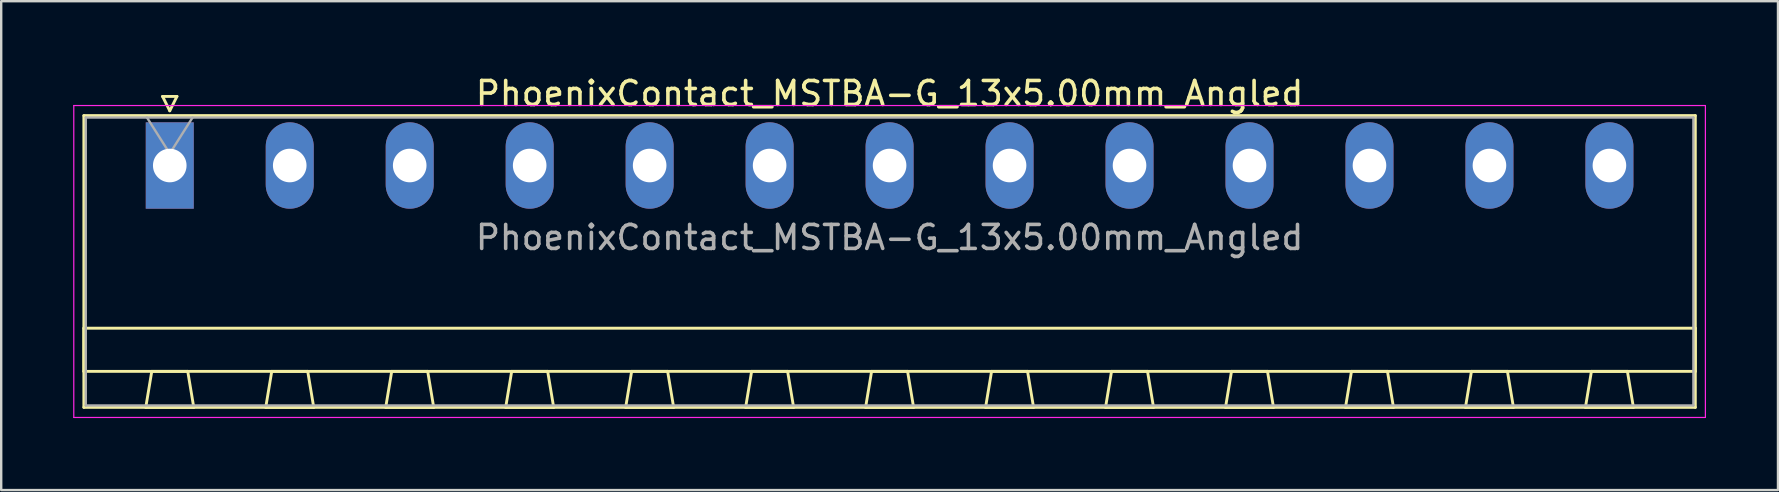
<source format=kicad_pcb>
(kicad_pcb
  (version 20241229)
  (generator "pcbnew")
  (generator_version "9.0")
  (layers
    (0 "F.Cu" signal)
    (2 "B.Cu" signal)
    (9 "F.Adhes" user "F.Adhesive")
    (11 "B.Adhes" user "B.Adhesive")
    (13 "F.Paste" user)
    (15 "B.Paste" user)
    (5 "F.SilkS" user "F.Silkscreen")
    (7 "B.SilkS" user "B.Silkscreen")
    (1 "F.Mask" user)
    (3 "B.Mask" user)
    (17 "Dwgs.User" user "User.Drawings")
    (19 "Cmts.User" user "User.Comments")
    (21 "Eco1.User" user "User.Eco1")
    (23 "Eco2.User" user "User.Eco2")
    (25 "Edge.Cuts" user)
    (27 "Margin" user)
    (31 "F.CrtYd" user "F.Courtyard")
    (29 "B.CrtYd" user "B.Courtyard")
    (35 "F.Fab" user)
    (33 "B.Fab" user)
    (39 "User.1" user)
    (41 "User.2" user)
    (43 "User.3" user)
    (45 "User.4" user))
  (footprint "PhoenixContact_MSTBA-G_13x5.00mm_Angled"
    (layer "F.Cu")
    (at 4.025 3.848)
    (property "Reference" "PhoenixContact_MSTBA-G_13x5.00mm_Angled" (at 30 -3 0) (layer "F.SilkS") (effects (font (size 1 1) (thickness 0.15))))
    (attr through_hole)
    (fp_line (start -3.58 -2.08) (end -3.58 10.08) (stroke (width 0.12) (type solid)) (layer "F.SilkS"))
    (fp_line (start -3.58 6.78) (end 63.58 6.78) (stroke (width 0.12) (type solid)) (layer "F.SilkS"))
    (fp_line (start -3.58 8.58) (end -3.58 6.78) (stroke (width 0.12) (type solid)) (layer "F.SilkS"))
    (fp_line (start -3.58 10.08) (end 63.58 10.08) (stroke (width 0.12) (type solid)) (layer "F.SilkS"))
    (fp_line (start -1 10.08) (end 1 10.08) (stroke (width 0.12) (type solid)) (layer "F.SilkS"))
    (fp_line (start -0.75 8.58) (end -1 10.08) (stroke (width 0.12) (type solid)) (layer "F.SilkS"))
    (fp_line (start -0.3 -2.88) (end 0.3 -2.88) (stroke (width 0.12) (type solid)) (layer "F.SilkS"))
    (fp_line (start 0 -2.28) (end -0.3 -2.88) (stroke (width 0.12) (type solid)) (layer "F.SilkS"))
    (fp_line (start 0.3 -2.88) (end 0 -2.28) (stroke (width 0.12) (type solid)) (layer "F.SilkS"))
    (fp_line (start 0.75 8.58) (end -0.75 8.58) (stroke (width 0.12) (type solid)) (layer "F.SilkS"))
    (fp_line (start 1 10.08) (end 0.75 8.58) (stroke (width 0.12) (type solid)) (layer "F.SilkS"))
    (fp_line (start 4 10.08) (end 6 10.08) (stroke (width 0.12) (type solid)) (layer "F.SilkS"))
    (fp_line (start 4.25 8.58) (end 4 10.08) (stroke (width 0.12) (type solid)) (layer "F.SilkS"))
    (fp_line (start 5.75 8.58) (end 4.25 8.58) (stroke (width 0.12) (type solid)) (layer "F.SilkS"))
    (fp_line (start 6 10.08) (end 5.75 8.58) (stroke (width 0.12) (type solid)) (layer "F.SilkS"))
    (fp_line (start 9 10.08) (end 11 10.08) (stroke (width 0.12) (type solid)) (layer "F.SilkS"))
    (fp_line (start 9.25 8.58) (end 9 10.08) (stroke (width 0.12) (type solid)) (layer "F.SilkS"))
    (fp_line (start 10.75 8.58) (end 9.25 8.58) (stroke (width 0.12) (type solid)) (layer "F.SilkS"))
    (fp_line (start 11 10.08) (end 10.75 8.58) (stroke (width 0.12) (type solid)) (layer "F.SilkS"))
    (fp_line (start 14 10.08) (end 16 10.08) (stroke (width 0.12) (type solid)) (layer "F.SilkS"))
    (fp_line (start 14.25 8.58) (end 14 10.08) (stroke (width 0.12) (type solid)) (layer "F.SilkS"))
    (fp_line (start 15.75 8.58) (end 14.25 8.58) (stroke (width 0.12) (type solid)) (layer "F.SilkS"))
    (fp_line (start 16 10.08) (end 15.75 8.58) (stroke (width 0.12) (type solid)) (layer "F.SilkS"))
    (fp_line (start 19 10.08) (end 21 10.08) (stroke (width 0.12) (type solid)) (layer "F.SilkS"))
    (fp_line (start 19.25 8.58) (end 19 10.08) (stroke (width 0.12) (type solid)) (layer "F.SilkS"))
    (fp_line (start 20.75 8.58) (end 19.25 8.58) (stroke (width 0.12) (type solid)) (layer "F.SilkS"))
    (fp_line (start 21 10.08) (end 20.75 8.58) (stroke (width 0.12) (type solid)) (layer "F.SilkS"))
    (fp_line (start 24 10.08) (end 26 10.08) (stroke (width 0.12) (type solid)) (layer "F.SilkS"))
    (fp_line (start 24.25 8.58) (end 24 10.08) (stroke (width 0.12) (type solid)) (layer "F.SilkS"))
    (fp_line (start 25.75 8.58) (end 24.25 8.58) (stroke (width 0.12) (type solid)) (layer "F.SilkS"))
    (fp_line (start 26 10.08) (end 25.75 8.58) (stroke (width 0.12) (type solid)) (layer "F.SilkS"))
    (fp_line (start 29 10.08) (end 31 10.08) (stroke (width 0.12) (type solid)) (layer "F.SilkS"))
    (fp_line (start 29.25 8.58) (end 29 10.08) (stroke (width 0.12) (type solid)) (layer "F.SilkS"))
    (fp_line (start 30.75 8.58) (end 29.25 8.58) (stroke (width 0.12) (type solid)) (layer "F.SilkS"))
    (fp_line (start 31 10.08) (end 30.75 8.58) (stroke (width 0.12) (type solid)) (layer "F.SilkS"))
    (fp_line (start 34 10.08) (end 36 10.08) (stroke (width 0.12) (type solid)) (layer "F.SilkS"))
    (fp_line (start 34.25 8.58) (end 34 10.08) (stroke (width 0.12) (type solid)) (layer "F.SilkS"))
    (fp_line (start 35.75 8.58) (end 34.25 8.58) (stroke (width 0.12) (type solid)) (layer "F.SilkS"))
    (fp_line (start 36 10.08) (end 35.75 8.58) (stroke (width 0.12) (type solid)) (layer "F.SilkS"))
    (fp_line (start 39 10.08) (end 41 10.08) (stroke (width 0.12) (type solid)) (layer "F.SilkS"))
    (fp_line (start 39.25 8.58) (end 39 10.08) (stroke (width 0.12) (type solid)) (layer "F.SilkS"))
    (fp_line (start 40.75 8.58) (end 39.25 8.58) (stroke (width 0.12) (type solid)) (layer "F.SilkS"))
    (fp_line (start 41 10.08) (end 40.75 8.58) (stroke (width 0.12) (type solid)) (layer "F.SilkS"))
    (fp_line (start 44 10.08) (end 46 10.08) (stroke (width 0.12) (type solid)) (layer "F.SilkS"))
    (fp_line (start 44.25 8.58) (end 44 10.08) (stroke (width 0.12) (type solid)) (layer "F.SilkS"))
    (fp_line (start 45.75 8.58) (end 44.25 8.58) (stroke (width 0.12) (type solid)) (layer "F.SilkS"))
    (fp_line (start 46 10.08) (end 45.75 8.58) (stroke (width 0.12) (type solid)) (layer "F.SilkS"))
    (fp_line (start 49 10.08) (end 51 10.08) (stroke (width 0.12) (type solid)) (layer "F.SilkS"))
    (fp_line (start 49.25 8.58) (end 49 10.08) (stroke (width 0.12) (type solid)) (layer "F.SilkS"))
    (fp_line (start 50.75 8.58) (end 49.25 8.58) (stroke (width 0.12) (type solid)) (layer "F.SilkS"))
    (fp_line (start 51 10.08) (end 50.75 8.58) (stroke (width 0.12) (type solid)) (layer "F.SilkS"))
    (fp_line (start 54 10.08) (end 56 10.08) (stroke (width 0.12) (type solid)) (layer "F.SilkS"))
    (fp_line (start 54.25 8.58) (end 54 10.08) (stroke (width 0.12) (type solid)) (layer "F.SilkS"))
    (fp_line (start 55.75 8.58) (end 54.25 8.58) (stroke (width 0.12) (type solid)) (layer "F.SilkS"))
    (fp_line (start 56 10.08) (end 55.75 8.58) (stroke (width 0.12) (type solid)) (layer "F.SilkS"))
    (fp_line (start 59 10.08) (end 61 10.08) (stroke (width 0.12) (type solid)) (layer "F.SilkS"))
    (fp_line (start 59.25 8.58) (end 59 10.08) (stroke (width 0.12) (type solid)) (layer "F.SilkS"))
    (fp_line (start 60.75 8.58) (end 59.25 8.58) (stroke (width 0.12) (type solid)) (layer "F.SilkS"))
    (fp_line (start 61 10.08) (end 60.75 8.58) (stroke (width 0.12) (type solid)) (layer "F.SilkS"))
    (fp_line (start 63.58 -2.08) (end -3.58 -2.08) (stroke (width 0.12) (type solid)) (layer "F.SilkS"))
    (fp_line (start 63.58 6.78) (end 63.58 8.58) (stroke (width 0.12) (type solid)) (layer "F.SilkS"))
    (fp_line (start 63.58 8.58) (end -3.58 8.58) (stroke (width 0.12) (type solid)) (layer "F.SilkS"))
    (fp_line (start 63.58 10.08) (end 63.58 -2.08) (stroke (width 0.12) (type solid)) (layer "F.SilkS"))
    (fp_line (start -4 -2.5) (end -4 10.5) (stroke (width 0.05) (type solid)) (layer "F.CrtYd"))
    (fp_line (start -4 10.5) (end 64 10.5) (stroke (width 0.05) (type solid)) (layer "F.CrtYd"))
    (fp_line (start 64 -2.5) (end -4 -2.5) (stroke (width 0.05) (type solid)) (layer "F.CrtYd"))
    (fp_line (start 64 10.5) (end 64 -2.5) (stroke (width 0.05) (type solid)) (layer "F.CrtYd"))
    (fp_line (start -3.5 -2) (end -3.5 10) (stroke (width 0.1) (type solid)) (layer "F.Fab"))
    (fp_line (start -3.5 10) (end 63.5 10) (stroke (width 0.1) (type solid)) (layer "F.Fab"))
    (fp_line (start 0 -0.5) (end -0.95 -2) (stroke (width 0.1) (type solid)) (layer "F.Fab"))
    (fp_line (start 0.95 -2) (end 0 -0.5) (stroke (width 0.1) (type solid)) (layer "F.Fab"))
    (fp_line (start 63.5 -2) (end -3.5 -2) (stroke (width 0.1) (type solid)) (layer "F.Fab"))
    (fp_line (start 63.5 10) (end 63.5 -2) (stroke (width 0.1) (type solid)) (layer "F.Fab"))
    (fp_text user "${REFERENCE}" (at 30 3 0) (layer "F.Fab") (effects (font (size 1 1) (thickness 0.15))))
    (pad "1" thru_hole rect (at 0 0) (size 2 3.6) (drill 1.4) (layers "*.Cu" "*.Mask"))
    (pad "2" thru_hole oval (at 5 0) (size 2 3.6) (drill 1.4) (layers "*.Cu" "*.Mask"))
    (pad "3" thru_hole oval (at 10 0) (size 2 3.6) (drill 1.4) (layers "*.Cu" "*.Mask"))
    (pad "4" thru_hole oval (at 15 0) (size 2 3.6) (drill 1.4) (layers "*.Cu" "*.Mask"))
    (pad "5" thru_hole oval (at 20 0) (size 2 3.6) (drill 1.4) (layers "*.Cu" "*.Mask"))
    (pad "6" thru_hole oval (at 25 0) (size 2 3.6) (drill 1.4) (layers "*.Cu" "*.Mask"))
    (pad "7" thru_hole oval (at 30 0) (size 2 3.6) (drill 1.4) (layers "*.Cu" "*.Mask"))
    (pad "8" thru_hole oval (at 35 0) (size 2 3.6) (drill 1.4) (layers "*.Cu" "*.Mask"))
    (pad "9" thru_hole oval (at 40 0) (size 2 3.6) (drill 1.4) (layers "*.Cu" "*.Mask"))
    (pad "10" thru_hole oval (at 45 0) (size 2 3.6) (drill 1.4) (layers "*.Cu" "*.Mask"))
    (pad "11" thru_hole oval (at 50 0) (size 2 3.6) (drill 1.4) (layers "*.Cu" "*.Mask"))
    (pad "12" thru_hole oval (at 55 0) (size 2 3.6) (drill 1.4) (layers "*.Cu" "*.Mask"))
    (pad "13" thru_hole oval (at 60 0) (size 2 3.6) (drill 1.4) (layers "*.Cu" "*.Mask")))
  (gr_rect
    (start -3 -3)
    (end 71.05 17.373)
    (stroke (width 0.1) (type default))
    (fill no)
    (layer "Edge.Cuts")))
</source>
